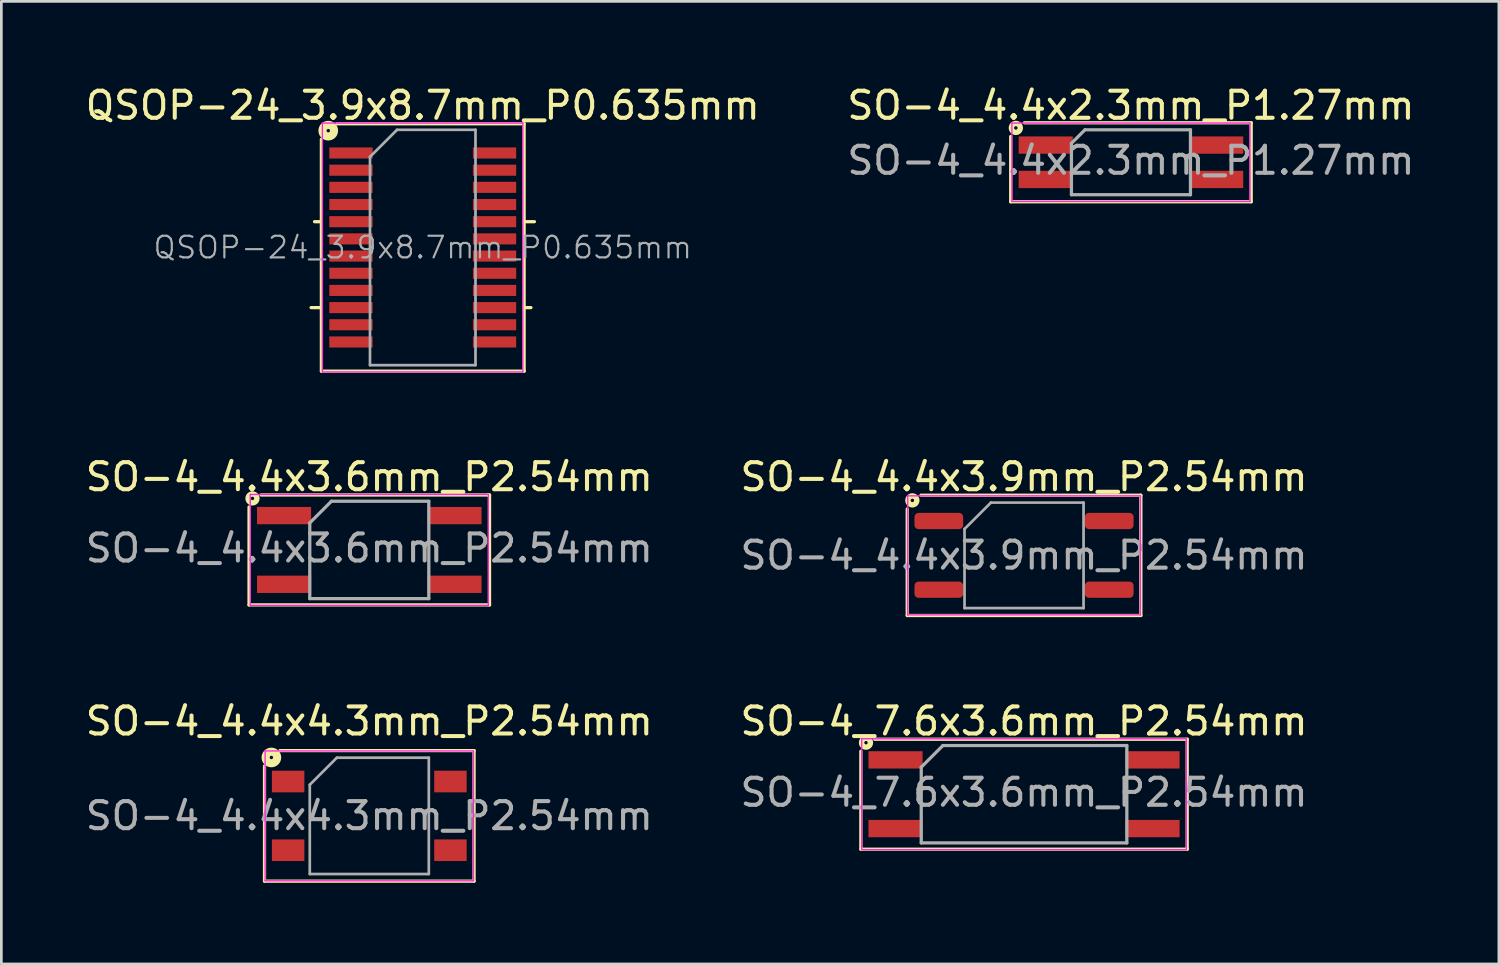
<source format=kicad_pcb>
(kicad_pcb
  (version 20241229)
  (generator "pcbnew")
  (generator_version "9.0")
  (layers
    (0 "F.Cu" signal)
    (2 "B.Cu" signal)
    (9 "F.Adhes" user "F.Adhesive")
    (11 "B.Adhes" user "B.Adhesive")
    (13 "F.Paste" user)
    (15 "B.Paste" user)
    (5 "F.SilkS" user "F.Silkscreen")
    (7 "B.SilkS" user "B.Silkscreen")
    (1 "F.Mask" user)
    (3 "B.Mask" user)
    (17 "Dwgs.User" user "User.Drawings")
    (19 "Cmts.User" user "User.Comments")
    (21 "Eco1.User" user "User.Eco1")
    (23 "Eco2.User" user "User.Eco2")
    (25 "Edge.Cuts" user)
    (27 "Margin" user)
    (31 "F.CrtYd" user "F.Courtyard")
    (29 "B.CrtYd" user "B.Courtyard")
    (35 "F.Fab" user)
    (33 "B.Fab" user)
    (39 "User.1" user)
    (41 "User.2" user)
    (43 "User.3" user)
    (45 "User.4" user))
  (footprint "SO-4_4.4x3.9mm_P2.54mm"
    (layer "F.Cu")
    (at 34.804 17.479)
    (property "Reference" "SO-4_4.4x3.9mm_P2.54mm" (at 0 -2.9 0) (layer "F.SilkS") (effects (font (size 1 1) (thickness 0.15))))
    (attr smd)
    (fp_line (start -4.318 -1.714) (end -4.318 2.223) (stroke (width 0.12) (type solid)) (layer "F.SilkS"))
    (fp_line (start -4.318 2.223) (end 4.318 2.223) (stroke (width 0.12) (type solid)) (layer "F.SilkS"))
    (fp_line (start 4.318 -2.223) (end -3.81 -2.223) (stroke (width 0.12) (type solid)) (layer "F.SilkS"))
    (fp_line (start 4.318 2.223) (end 4.318 -2.223) (stroke (width 0.12) (type solid)) (layer "F.SilkS"))
    (fp_circle (center -4.128 -2.032) (end -4.064 -2.032) (stroke (width 0.2) (type solid)) (fill no) (layer "F.SilkS"))
    (fp_line (start -4.3 -2.2) (end -4.3 2.2) (stroke (width 0.05) (type solid)) (layer "F.CrtYd"))
    (fp_line (start -4.3 2.2) (end 4.3 2.2) (stroke (width 0.05) (type solid)) (layer "F.CrtYd"))
    (fp_line (start 4.3 -2.2) (end -4.3 -2.2) (stroke (width 0.05) (type solid)) (layer "F.CrtYd"))
    (fp_line (start 4.3 2.2) (end 4.3 -2.2) (stroke (width 0.05) (type solid)) (layer "F.CrtYd"))
    (fp_line (start -2.2 -0.975) (end -1.225 -1.95) (stroke (width 0.1) (type solid)) (layer "F.Fab"))
    (fp_line (start -2.2 1.95) (end -2.2 -0.975) (stroke (width 0.1) (type solid)) (layer "F.Fab"))
    (fp_line (start -1.225 -1.95) (end 2.2 -1.95) (stroke (width 0.1) (type solid)) (layer "F.Fab"))
    (fp_line (start 2.2 -1.95) (end 2.2 1.95) (stroke (width 0.1) (type solid)) (layer "F.Fab"))
    (fp_line (start 2.2 1.95) (end -2.2 1.95) (stroke (width 0.1) (type solid)) (layer "F.Fab"))
    (fp_text user "${REFERENCE}" (at 0 0 0) (layer "F.Fab") (effects (font (size 1 1) (thickness 0.15))))
    (pad "1" smd roundrect (at -3.15 -1.27) (size 1.8 0.6) (layers "F.Cu" "F.Mask" "F.Paste") (roundrect_rratio 0.25))
    (pad "2" smd roundrect (at -3.15 1.27) (size 1.8 0.6) (layers "F.Cu" "F.Mask" "F.Paste") (roundrect_rratio 0.25))
    (pad "3" smd roundrect (at 3.15 1.27) (size 1.8 0.6) (layers "F.Cu" "F.Mask" "F.Paste") (roundrect_rratio 0.25))
    (pad "4" smd roundrect (at 3.15 -1.27) (size 1.8 0.6) (layers "F.Cu" "F.Mask" "F.Paste") (roundrect_rratio 0.25)))
  (footprint "QSOP-24_3.9x8.7mm_P0.635mm"
    (layer "F.Cu")
    (at 12.577 6.098)
    (property "Reference" "QSOP-24_3.9x8.7mm_P0.635mm" (at 0 -5.25 0) (layer "F.SilkS") (effects (font (size 1 1) (thickness 0.15))))
    (attr smd)
    (fp_line (start -3.747 -4) (end -3.747 4.572) (stroke (width 0.12) (type solid)) (layer "F.SilkS"))
    (fp_line (start -3.747 -0.953) (end -4 -0.953) (stroke (width 0.12) (type solid)) (layer "F.SilkS"))
    (fp_line (start -3.747 2.223) (end -4.128 2.223) (stroke (width 0.12) (type solid)) (layer "F.SilkS"))
    (fp_line (start -3.747 4.572) (end 3.747 4.572) (stroke (width 0.12) (type solid)) (layer "F.SilkS"))
    (fp_line (start 3.747 -4.572) (end -3.175 -4.572) (stroke (width 0.12) (type solid)) (layer "F.SilkS"))
    (fp_line (start 3.747 -0.953) (end 4.128 -0.953) (stroke (width 0.12) (type solid)) (layer "F.SilkS"))
    (fp_line (start 3.747 2.223) (end 4 2.223) (stroke (width 0.12) (type solid)) (layer "F.SilkS"))
    (fp_line (start 3.747 4.572) (end 3.747 -4.572) (stroke (width 0.12) (type solid)) (layer "F.SilkS"))
    (fp_circle (center -3.493 -4.318) (end -3.429 -4.318) (stroke (width 0.3) (type solid)) (fill no) (layer "F.SilkS"))
    (fp_line (start -3.71 -4.6) (end -3.71 4.6) (stroke (width 0.05) (type solid)) (layer "F.CrtYd"))
    (fp_line (start -3.71 -4.6) (end 3.7 -4.6) (stroke (width 0.05) (type solid)) (layer "F.CrtYd"))
    (fp_line (start -3.71 4.6) (end 3.7 4.6) (stroke (width 0.05) (type solid)) (layer "F.CrtYd"))
    (fp_line (start 3.7 -4.6) (end 3.7 4.6) (stroke (width 0.05) (type solid)) (layer "F.CrtYd"))
    (fp_line (start -1.95 -3.35) (end -0.95 -4.35) (stroke (width 0.1) (type solid)) (layer "F.Fab"))
    (fp_line (start -1.95 4.35) (end -1.95 -3.35) (stroke (width 0.1) (type solid)) (layer "F.Fab"))
    (fp_line (start -0.95 -4.35) (end 1.95 -4.35) (stroke (width 0.1) (type solid)) (layer "F.Fab"))
    (fp_line (start 1.95 -4.35) (end 1.95 4.35) (stroke (width 0.1) (type solid)) (layer "F.Fab"))
    (fp_line (start 1.95 4.35) (end -1.95 4.35) (stroke (width 0.1) (type solid)) (layer "F.Fab"))
    (fp_text user "${REFERENCE}" (at 0 0 0) (layer "F.Fab") (effects (font (size 0.8 0.8) (thickness 0.08))))
    (pad "1" smd rect (at -2.654 -3.493) (size 1.6 0.41) (layers "F.Cu" "F.Mask" "F.Paste"))
    (pad "2" smd rect (at -2.654 -2.857) (size 1.6 0.41) (layers "F.Cu" "F.Mask" "F.Paste"))
    (pad "3" smd rect (at -2.654 -2.223) (size 1.6 0.41) (layers "F.Cu" "F.Mask" "F.Paste"))
    (pad "4" smd rect (at -2.654 -1.587) (size 1.6 0.41) (layers "F.Cu" "F.Mask" "F.Paste"))
    (pad "5" smd rect (at -2.654 -0.953) (size 1.6 0.41) (layers "F.Cu" "F.Mask" "F.Paste"))
    (pad "6" smd rect (at -2.654 -0.318) (size 1.6 0.41) (layers "F.Cu" "F.Mask" "F.Paste"))
    (pad "7" smd rect (at -2.654 0.318) (size 1.6 0.41) (layers "F.Cu" "F.Mask" "F.Paste"))
    (pad "8" smd rect (at -2.654 0.953) (size 1.6 0.41) (layers "F.Cu" "F.Mask" "F.Paste"))
    (pad "9" smd rect (at -2.654 1.587) (size 1.6 0.41) (layers "F.Cu" "F.Mask" "F.Paste"))
    (pad "10" smd rect (at -2.654 2.223) (size 1.6 0.41) (layers "F.Cu" "F.Mask" "F.Paste"))
    (pad "11" smd rect (at -2.654 2.857) (size 1.6 0.41) (layers "F.Cu" "F.Mask" "F.Paste"))
    (pad "12" smd rect (at -2.654 3.493) (size 1.6 0.41) (layers "F.Cu" "F.Mask" "F.Paste"))
    (pad "13" smd rect (at 2.654 3.493) (size 1.6 0.41) (layers "F.Cu" "F.Mask" "F.Paste"))
    (pad "14" smd rect (at 2.654 2.857) (size 1.6 0.41) (layers "F.Cu" "F.Mask" "F.Paste"))
    (pad "15" smd rect (at 2.654 2.223) (size 1.6 0.41) (layers "F.Cu" "F.Mask" "F.Paste"))
    (pad "16" smd rect (at 2.654 1.587) (size 1.6 0.41) (layers "F.Cu" "F.Mask" "F.Paste"))
    (pad "17" smd rect (at 2.654 0.953) (size 1.6 0.41) (layers "F.Cu" "F.Mask" "F.Paste"))
    (pad "18" smd rect (at 2.654 0.318) (size 1.6 0.41) (layers "F.Cu" "F.Mask" "F.Paste"))
    (pad "19" smd rect (at 2.654 -0.318) (size 1.6 0.41) (layers "F.Cu" "F.Mask" "F.Paste"))
    (pad "20" smd rect (at 2.654 -0.953) (size 1.6 0.41) (layers "F.Cu" "F.Mask" "F.Paste"))
    (pad "21" smd rect (at 2.654 -1.587) (size 1.6 0.41) (layers "F.Cu" "F.Mask" "F.Paste"))
    (pad "22" smd rect (at 2.654 -2.223) (size 1.6 0.41) (layers "F.Cu" "F.Mask" "F.Paste"))
    (pad "23" smd rect (at 2.654 -2.857) (size 1.6 0.41) (layers "F.Cu" "F.Mask" "F.Paste"))
    (pad "24" smd rect (at 2.654 -3.493) (size 1.6 0.41) (layers "F.Cu" "F.Mask" "F.Paste")))
  (footprint "SO-4_7.6x3.6mm_P2.54mm"
    (layer "F.Cu")
    (at 34.804 26.309)
    (property "Reference" "SO-4_7.6x3.6mm_P2.54mm" (at 0 -2.7 0) (layer "F.SilkS") (effects (font (size 1 1) (thickness 0.15))))
    (attr smd)
    (fp_line (start -6.032 -1.587) (end -6.032 2.032) (stroke (width 0.12) (type solid)) (layer "F.SilkS"))
    (fp_line (start -6.032 2.032) (end 6.032 2.032) (stroke (width 0.12) (type solid)) (layer "F.SilkS"))
    (fp_line (start 6.032 -2.032) (end -5.524 -2.032) (stroke (width 0.12) (type solid)) (layer "F.SilkS"))
    (fp_line (start 6.032 2.032) (end 6.032 -2.032) (stroke (width 0.12) (type solid)) (layer "F.SilkS"))
    (fp_circle (center -5.842 -1.905) (end -5.779 -1.905) (stroke (width 0.2) (type solid)) (fill no) (layer "F.SilkS"))
    (fp_line (start -6 -2.05) (end -6 2.05) (stroke (width 0.05) (type solid)) (layer "F.CrtYd"))
    (fp_line (start -6 -2.05) (end 6 -2.05) (stroke (width 0.05) (type solid)) (layer "F.CrtYd"))
    (fp_line (start 6 2.05) (end -6 2.05) (stroke (width 0.05) (type solid)) (layer "F.CrtYd"))
    (fp_line (start 6 2.05) (end 6 -2.05) (stroke (width 0.05) (type solid)) (layer "F.CrtYd"))
    (fp_line (start -3.8 -1) (end -3 -1.8) (stroke (width 0.12) (type solid)) (layer "F.Fab"))
    (fp_line (start -3.8 1.8) (end -3.8 -1) (stroke (width 0.12) (type solid)) (layer "F.Fab"))
    (fp_line (start -3 -1.8) (end 3.8 -1.8) (stroke (width 0.12) (type solid)) (layer "F.Fab"))
    (fp_line (start 3.8 -1.8) (end 3.8 1.8) (stroke (width 0.12) (type solid)) (layer "F.Fab"))
    (fp_line (start 3.8 1.8) (end -3.8 1.8) (stroke (width 0.12) (type solid)) (layer "F.Fab"))
    (fp_text user "${REFERENCE}" (at 0 -0.065 0) (layer "F.Fab") (effects (font (size 1 1) (thickness 0.15))))
    (pad "1" smd rect (at -4.75 -1.27) (size 2 0.64) (layers "F.Cu" "F.Mask" "F.Paste"))
    (pad "2" smd rect (at -4.75 1.27) (size 2 0.64) (layers "F.Cu" "F.Mask" "F.Paste"))
    (pad "3" smd rect (at 4.75 1.27) (size 2 0.64) (layers "F.Cu" "F.Mask" "F.Paste"))
    (pad "4" smd rect (at 4.75 -1.27) (size 2 0.64) (layers "F.Cu" "F.Mask" "F.Paste")))
  (footprint "SO-4_4.4x2.3mm_P1.27mm"
    (layer "F.Cu")
    (at 38.756 2.948)
    (property "Reference" "SO-4_4.4x2.3mm_P1.27mm" (at 0 -2.1 0) (layer "F.SilkS") (effects (font (size 1 1) (thickness 0.15))))
    (attr smd)
    (fp_line (start -4.445 -0.953) (end -4.445 1.46) (stroke (width 0.12) (type solid)) (layer "F.SilkS"))
    (fp_line (start -4.445 1.46) (end 4.445 1.46) (stroke (width 0.12) (type solid)) (layer "F.SilkS"))
    (fp_line (start 4.445 -1.46) (end -3.937 -1.46) (stroke (width 0.12) (type solid)) (layer "F.SilkS"))
    (fp_line (start 4.445 1.46) (end 4.445 -1.46) (stroke (width 0.12) (type solid)) (layer "F.SilkS"))
    (fp_circle (center -4.255 -1.27) (end -4.191 -1.27) (stroke (width 0.2) (type solid)) (fill no) (layer "F.SilkS"))
    (fp_line (start -4.4 -1.45) (end -4.4 1.45) (stroke (width 0.05) (type solid)) (layer "F.CrtYd"))
    (fp_line (start -4.4 -1.45) (end 4.4 -1.45) (stroke (width 0.05) (type solid)) (layer "F.CrtYd"))
    (fp_line (start 4.4 1.45) (end -4.4 1.45) (stroke (width 0.05) (type solid)) (layer "F.CrtYd"))
    (fp_line (start 4.4 1.45) (end 4.4 -1.45) (stroke (width 0.05) (type solid)) (layer "F.CrtYd"))
    (fp_line (start -2.2 -0.7) (end -2.2 1.2) (stroke (width 0.12) (type solid)) (layer "F.Fab"))
    (fp_line (start -2.2 1.2) (end 2.2 1.2) (stroke (width 0.12) (type solid)) (layer "F.Fab"))
    (fp_line (start -1.7 -1.2) (end -2.2 -0.7) (stroke (width 0.12) (type solid)) (layer "F.Fab"))
    (fp_line (start 2.2 -1.2) (end -1.7 -1.2) (stroke (width 0.12) (type solid)) (layer "F.Fab"))
    (fp_line (start 2.2 1.2) (end 2.2 -1.2) (stroke (width 0.12) (type solid)) (layer "F.Fab"))
    (fp_text user "${REFERENCE}" (at 0 -0.065 0) (layer "F.Fab") (effects (font (size 1 1) (thickness 0.15))))
    (pad "1" smd rect (at -3.15 -0.635) (size 2 0.64) (layers "F.Cu" "F.Mask" "F.Paste"))
    (pad "2" smd rect (at -3.15 0.635) (size 2 0.64) (layers "F.Cu" "F.Mask" "F.Paste"))
    (pad "3" smd rect (at 3.15 0.635) (size 2 0.64) (layers "F.Cu" "F.Mask" "F.Paste"))
    (pad "4" smd rect (at 3.15 -0.635) (size 2 0.64) (layers "F.Cu" "F.Mask" "F.Paste")))
  (footprint "SO-4_4.4x3.6mm_P2.54mm"
    (layer "F.Cu")
    (at 10.601 17.279)
    (property "Reference" "SO-4_4.4x3.6mm_P2.54mm" (at 0 -2.7 0) (layer "F.SilkS") (effects (font (size 1 1) (thickness 0.15))))
    (attr smd)
    (fp_line (start -4.445 2.032) (end -4.445 -1.587) (stroke (width 0.12) (type solid)) (layer "F.SilkS"))
    (fp_line (start -4 -2.032) (end 4.381 -2.032) (stroke (width 0.12) (type solid)) (layer "F.SilkS"))
    (fp_line (start 4.381 -2.032) (end 4.445 -2.032) (stroke (width 0.12) (type solid)) (layer "F.SilkS"))
    (fp_line (start 4.445 -2.032) (end 4.445 2.032) (stroke (width 0.12) (type solid)) (layer "F.SilkS"))
    (fp_line (start 4.445 2.032) (end -4.445 2.032) (stroke (width 0.12) (type solid)) (layer "F.SilkS"))
    (fp_circle (center -4.318 -1.905) (end -4.255 -1.905) (stroke (width 0.2) (type solid)) (fill no) (layer "F.SilkS"))
    (fp_line (start -4.4 -2.05) (end -4.4 2.05) (stroke (width 0.05) (type solid)) (layer "F.CrtYd"))
    (fp_line (start -4.4 -2.05) (end 4.4 -2.05) (stroke (width 0.05) (type solid)) (layer "F.CrtYd"))
    (fp_line (start 4.4 2.05) (end -4.4 2.05) (stroke (width 0.05) (type solid)) (layer "F.CrtYd"))
    (fp_line (start 4.4 2.05) (end 4.4 -2.05) (stroke (width 0.05) (type solid)) (layer "F.CrtYd"))
    (fp_line (start -2.2 -1) (end -1.4 -1.8) (stroke (width 0.12) (type solid)) (layer "F.Fab"))
    (fp_line (start -2.2 1.8) (end -2.2 -1) (stroke (width 0.12) (type solid)) (layer "F.Fab"))
    (fp_line (start -1.4 -1.8) (end 2.2 -1.8) (stroke (width 0.12) (type solid)) (layer "F.Fab"))
    (fp_line (start 2.2 -1.8) (end 2.2 1.8) (stroke (width 0.12) (type solid)) (layer "F.Fab"))
    (fp_line (start 2.2 1.8) (end -2.2 1.8) (stroke (width 0.12) (type solid)) (layer "F.Fab"))
    (fp_text user "${REFERENCE}" (at 0 -0.065 0) (layer "F.Fab") (effects (font (size 1 1) (thickness 0.15))))
    (pad "1" smd rect (at -3.15 -1.27) (size 2 0.64) (layers "F.Cu" "F.Mask" "F.Paste"))
    (pad "2" smd rect (at -3.15 1.27) (size 2 0.64) (layers "F.Cu" "F.Mask" "F.Paste"))
    (pad "3" smd rect (at 3.15 1.27) (size 2 0.64) (layers "F.Cu" "F.Mask" "F.Paste"))
    (pad "4" smd rect (at 3.15 -1.27) (size 2 0.64) (layers "F.Cu" "F.Mask" "F.Paste")))
  (footprint "SO-4_4.4x4.3mm_P2.54mm"
    (layer "F.Cu")
    (at 10.601 27.109)
    (property "Reference" "SO-4_4.4x4.3mm_P2.54mm" (at 0 -3.5 0) (layer "F.SilkS") (effects (font (size 1 1) (thickness 0.15))))
    (attr smd)
    (fp_line (start -3.873 -1.841) (end -3.873 2.413) (stroke (width 0.12) (type solid)) (layer "F.SilkS"))
    (fp_line (start -3.873 2.413) (end 3.873 2.413) (stroke (width 0.12) (type solid)) (layer "F.SilkS"))
    (fp_line (start 3.873 -2.413) (end -3.302 -2.413) (stroke (width 0.12) (type solid)) (layer "F.SilkS"))
    (fp_line (start 3.873 2.413) (end 3.873 -2.413) (stroke (width 0.12) (type solid)) (layer "F.SilkS"))
    (fp_circle (center -3.619 -2.159) (end -3.556 -2.159) (stroke (width 0.3) (type solid)) (fill no) (layer "F.SilkS"))
    (fp_line (start -3.85 -2.4) (end 3.85 -2.4) (stroke (width 0.05) (type solid)) (layer "F.CrtYd"))
    (fp_line (start -3.85 2.4) (end -3.85 -2.4) (stroke (width 0.05) (type solid)) (layer "F.CrtYd"))
    (fp_line (start 3.85 -2.4) (end 3.85 2.4) (stroke (width 0.05) (type solid)) (layer "F.CrtYd"))
    (fp_line (start 3.85 2.4) (end -3.85 2.4) (stroke (width 0.05) (type solid)) (layer "F.CrtYd"))
    (fp_line (start -2.2 -1.15) (end -1.2 -2.15) (stroke (width 0.1) (type solid)) (layer "F.Fab"))
    (fp_line (start -2.2 2.15) (end -2.2 -1.15) (stroke (width 0.1) (type solid)) (layer "F.Fab"))
    (fp_line (start -2.2 2.15) (end 2.2 2.15) (stroke (width 0.1) (type solid)) (layer "F.Fab"))
    (fp_line (start -1.2 -2.15) (end 2.2 -2.15) (stroke (width 0.1) (type solid)) (layer "F.Fab"))
    (fp_line (start 2.2 2.15) (end 2.2 -2.15) (stroke (width 0.1) (type solid)) (layer "F.Fab"))
    (fp_text user "${REFERENCE}" (at 0 0 0) (layer "F.Fab") (effects (font (size 1 1) (thickness 0.15))))
    (pad "1" smd rect (at -3 -1.27 270) (size 0.8 1.2) (layers "F.Cu" "F.Mask" "F.Paste"))
    (pad "2" smd rect (at -3 1.27 270) (size 0.8 1.2) (layers "F.Cu" "F.Mask" "F.Paste"))
    (pad "3" smd rect (at 3 1.27 270) (size 0.8 1.2) (layers "F.Cu" "F.Mask" "F.Paste"))
    (pad "4" smd rect (at 3 -1.27 270) (size 0.8 1.2) (layers "F.Cu" "F.Mask" "F.Paste")))
  (gr_rect
    (start -3 -3)
    (end 52.357 32.582)
    (stroke (width 0.1) (type default))
    (fill no)
    (layer "Edge.Cuts")))
</source>
